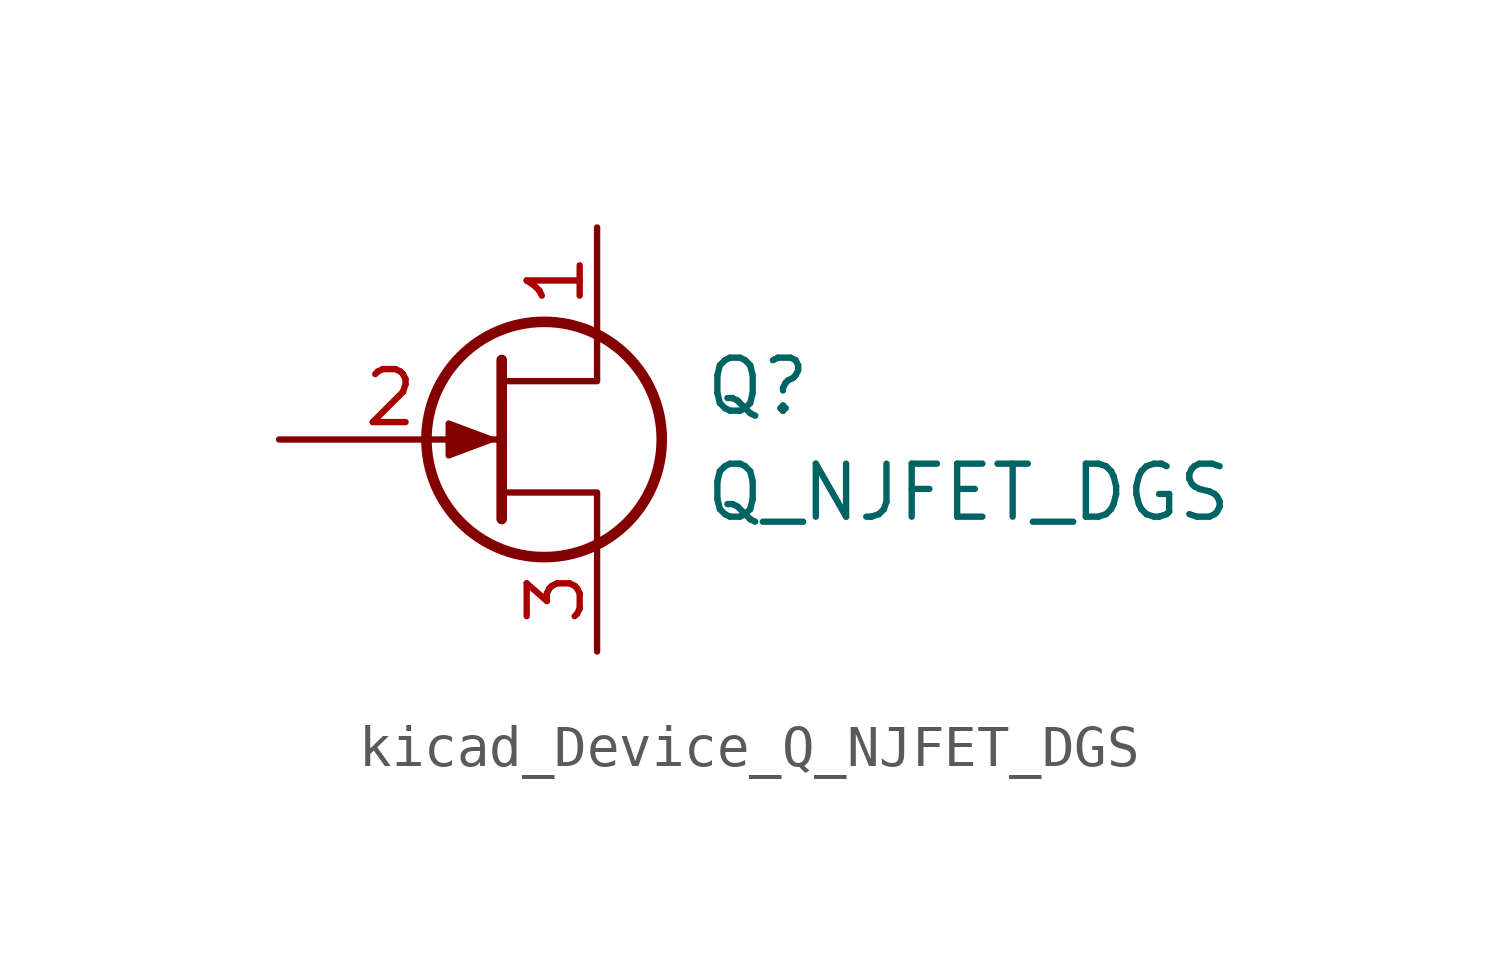
<source format=kicad_sym>
(kicad_symbol_lib
  (version 20220914)
  (generator kicad_symbol_editor)
  (symbol "kicad_Device_Q_NJFET_DGS"
    (pin_names
      (offset 0) hide)
    (property "Reference" "Q"
      (at 5.08 1.27 0)
      (effects (font (size 1.27 1.27)) (justify left)))
    (property "Value" "Q_NJFET_DGS"
      (at 5.08 -1.27 0)
      (effects (font (size 1.27 1.27)) (justify left)))
    (symbol "kicad_Device_Q_NJFET_DGS_0_1"
      (polyline (pts (xy 0.254 1.905) (xy 0.254 -1.905) (xy 0.254 -1.905)) (stroke (width 0.254) (type default)) (fill (type none)))
      (polyline (pts (xy 2.54 -2.54) (xy 2.54 -1.27) (xy 0.254 -1.27)) (stroke (width 0) (type default)) (fill (type none)))
      (polyline (pts (xy 2.54 2.54) (xy 2.54 1.397) (xy 0.254 1.397)) (stroke (width 0) (type default)) (fill (type none)))
      (polyline (pts (xy 0 0) (xy -1.016 0.381) (xy -1.016 -0.381) (xy 0 0)) (stroke (width 0) (type default)) (fill (type outline)))
      (circle (center 1.27 0) (radius 2.819) (stroke (width 0.254) (type default)) (fill (type none))))
    (symbol "kicad_Device_Q_NJFET_DGS_1_1"
      (pin passive line (at 2.54 5.08 270) (length 2.54) (name "D" (effects (font (size 1.27 1.27)))) (number "1" (effects (font (size 1.27 1.27)))))
      (pin input line (at -5.08 0 0) (length 5.334) (name "G" (effects (font (size 1.27 1.27)))) (number "2" (effects (font (size 1.27 1.27)))))
      (pin passive line (at 2.54 -5.08 90) (length 2.54) (name "S" (effects (font (size 1.27 1.27)))) (number "3" (effects (font (size 1.27 1.27))))))))
</source>
